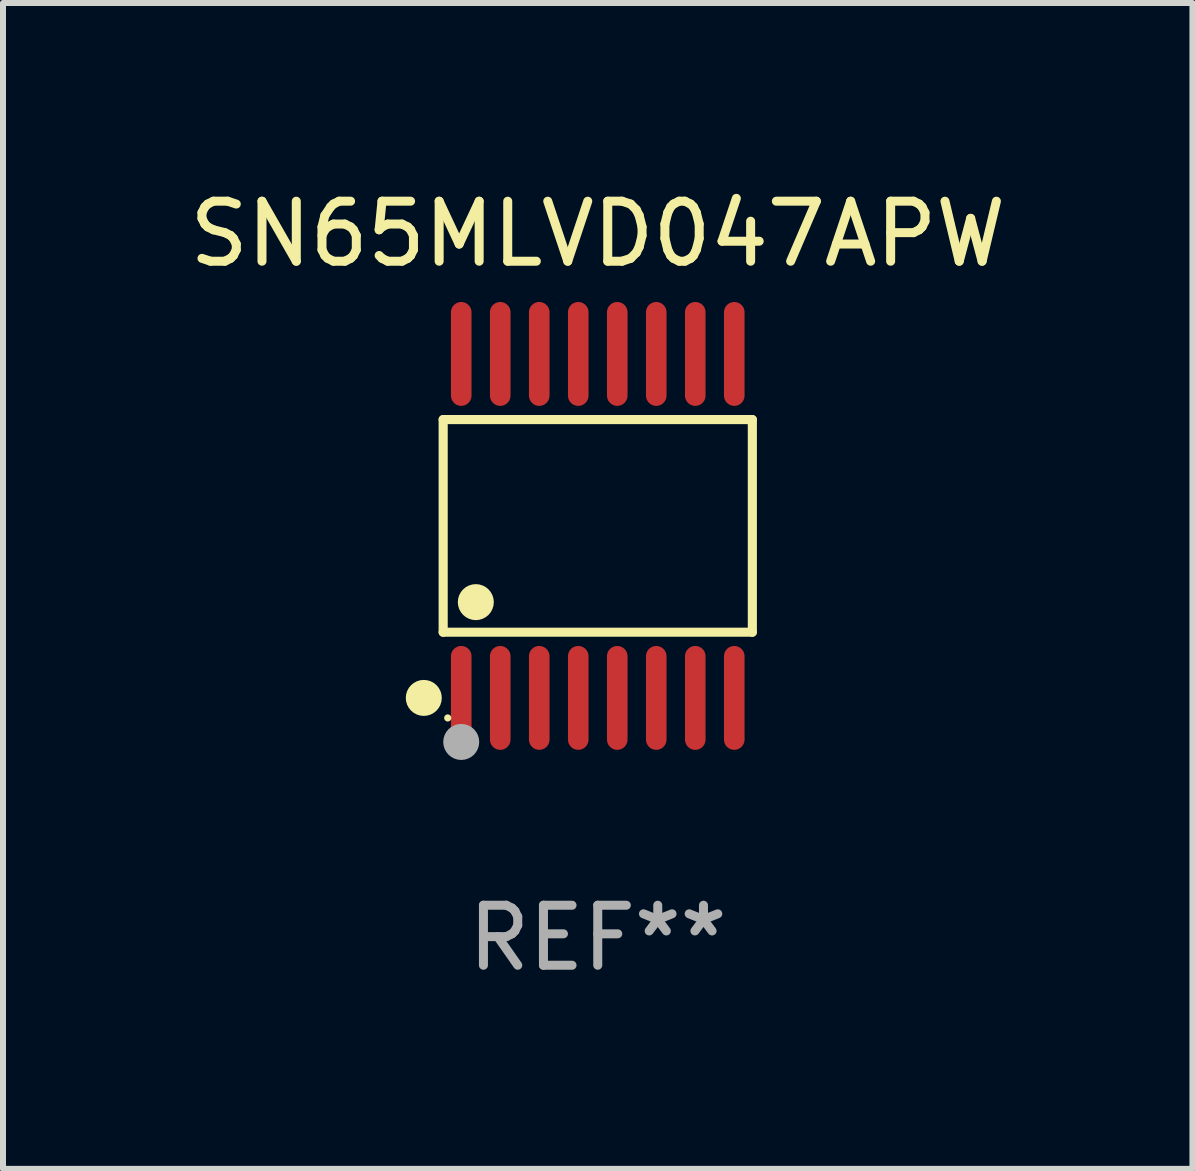
<source format=kicad_pcb>
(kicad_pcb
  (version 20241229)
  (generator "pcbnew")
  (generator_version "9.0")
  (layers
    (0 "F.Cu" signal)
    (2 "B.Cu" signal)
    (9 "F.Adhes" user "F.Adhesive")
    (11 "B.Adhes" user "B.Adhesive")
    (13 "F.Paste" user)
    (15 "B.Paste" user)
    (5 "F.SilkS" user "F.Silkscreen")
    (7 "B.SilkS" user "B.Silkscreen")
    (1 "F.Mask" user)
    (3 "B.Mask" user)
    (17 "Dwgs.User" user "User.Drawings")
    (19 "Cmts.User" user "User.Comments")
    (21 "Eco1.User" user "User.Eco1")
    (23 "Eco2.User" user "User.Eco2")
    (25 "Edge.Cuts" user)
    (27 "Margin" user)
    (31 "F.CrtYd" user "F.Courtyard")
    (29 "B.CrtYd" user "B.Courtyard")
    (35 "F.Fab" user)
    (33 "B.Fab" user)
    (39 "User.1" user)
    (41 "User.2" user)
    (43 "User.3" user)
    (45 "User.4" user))
  (footprint "SN65MLVD047APW"
    (layer "F.Cu")
    (at 6.911 5.714)
    (property "Reference" "SN65MLVD047APW" (at 0 -4.866 0) (layer "F.SilkS") (effects (font (size 1 1) (thickness 0.15))))
    (attr through_hole)
    (fp_line (start -2.576 -1.772) (end 2.576 -1.772) (stroke (width 0.152) (type solid)) (layer "F.SilkS"))
    (fp_line (start -2.576 1.771) (end -2.576 -1.772) (stroke (width 0.152) (type solid)) (layer "F.SilkS"))
    (fp_line (start 2.576 -1.772) (end 2.576 1.771) (stroke (width 0.152) (type solid)) (layer "F.SilkS"))
    (fp_line (start 2.576 1.771) (end -2.576 1.771) (stroke (width 0.152) (type solid)) (layer "F.SilkS"))
    (fp_circle (center -2.899 2.866) (end -2.749 2.866) (stroke (width 0.3) (type solid)) (fill no) (layer "F.SilkS"))
    (fp_circle (center -2.5 3.2) (end -2.47 3.2) (stroke (width 0.06) (type solid)) (fill no) (layer "F.SilkS"))
    (fp_circle (center -2.032 1.27) (end -1.882 1.27) (stroke (width 0.3) (type solid)) (fill no) (layer "F.SilkS"))
    (fp_circle (center -2.275 3.6) (end -2.125 3.6) (stroke (width 0.3) (type solid)) (fill no) (layer "F.Fab"))
    (fp_text user "REF**" (at 0 6.866 0) (layer "F.Fab") (effects (font (size 1 1) (thickness 0.15))))
    (pad "1" smd oval (at -2.275 2.866) (size 0.343 1.731) (layers "F.Cu" "F.Mask" "F.Paste"))
    (pad "2" smd oval (at -1.625 2.866) (size 0.343 1.731) (layers "F.Cu" "F.Mask" "F.Paste"))
    (pad "3" smd oval (at -0.975 2.866) (size 0.343 1.731) (layers "F.Cu" "F.Mask" "F.Paste"))
    (pad "4" smd oval (at -0.325 2.866) (size 0.343 1.731) (layers "F.Cu" "F.Mask" "F.Paste"))
    (pad "5" smd oval (at 0.325 2.866) (size 0.343 1.731) (layers "F.Cu" "F.Mask" "F.Paste"))
    (pad "6" smd oval (at 0.975 2.866) (size 0.343 1.731) (layers "F.Cu" "F.Mask" "F.Paste"))
    (pad "7" smd oval (at 1.625 2.866) (size 0.343 1.731) (layers "F.Cu" "F.Mask" "F.Paste"))
    (pad "8" smd oval (at 2.275 2.866) (size 0.343 1.731) (layers "F.Cu" "F.Mask" "F.Paste"))
    (pad "9" smd oval (at 2.275 -2.866) (size 0.343 1.731) (layers "F.Cu" "F.Mask" "F.Paste"))
    (pad "10" smd oval (at 1.625 -2.866) (size 0.343 1.731) (layers "F.Cu" "F.Mask" "F.Paste"))
    (pad "11" smd oval (at 0.975 -2.866) (size 0.343 1.731) (layers "F.Cu" "F.Mask" "F.Paste"))
    (pad "12" smd oval (at 0.325 -2.866) (size 0.343 1.731) (layers "F.Cu" "F.Mask" "F.Paste"))
    (pad "13" smd oval (at -0.325 -2.866) (size 0.343 1.731) (layers "F.Cu" "F.Mask" "F.Paste"))
    (pad "14" smd oval (at -0.975 -2.866) (size 0.343 1.731) (layers "F.Cu" "F.Mask" "F.Paste"))
    (pad "15" smd oval (at -1.625 -2.866) (size 0.343 1.731) (layers "F.Cu" "F.Mask" "F.Paste"))
    (pad "16" smd oval (at -2.275 -2.866) (size 0.343 1.731) (layers "F.Cu" "F.Mask" "F.Paste")))
  (gr_rect
    (start -3 -3)
    (end 16.821 16.428)
    (stroke (width 0.1) (type default))
    (fill no)
    (layer "Edge.Cuts")))
</source>
